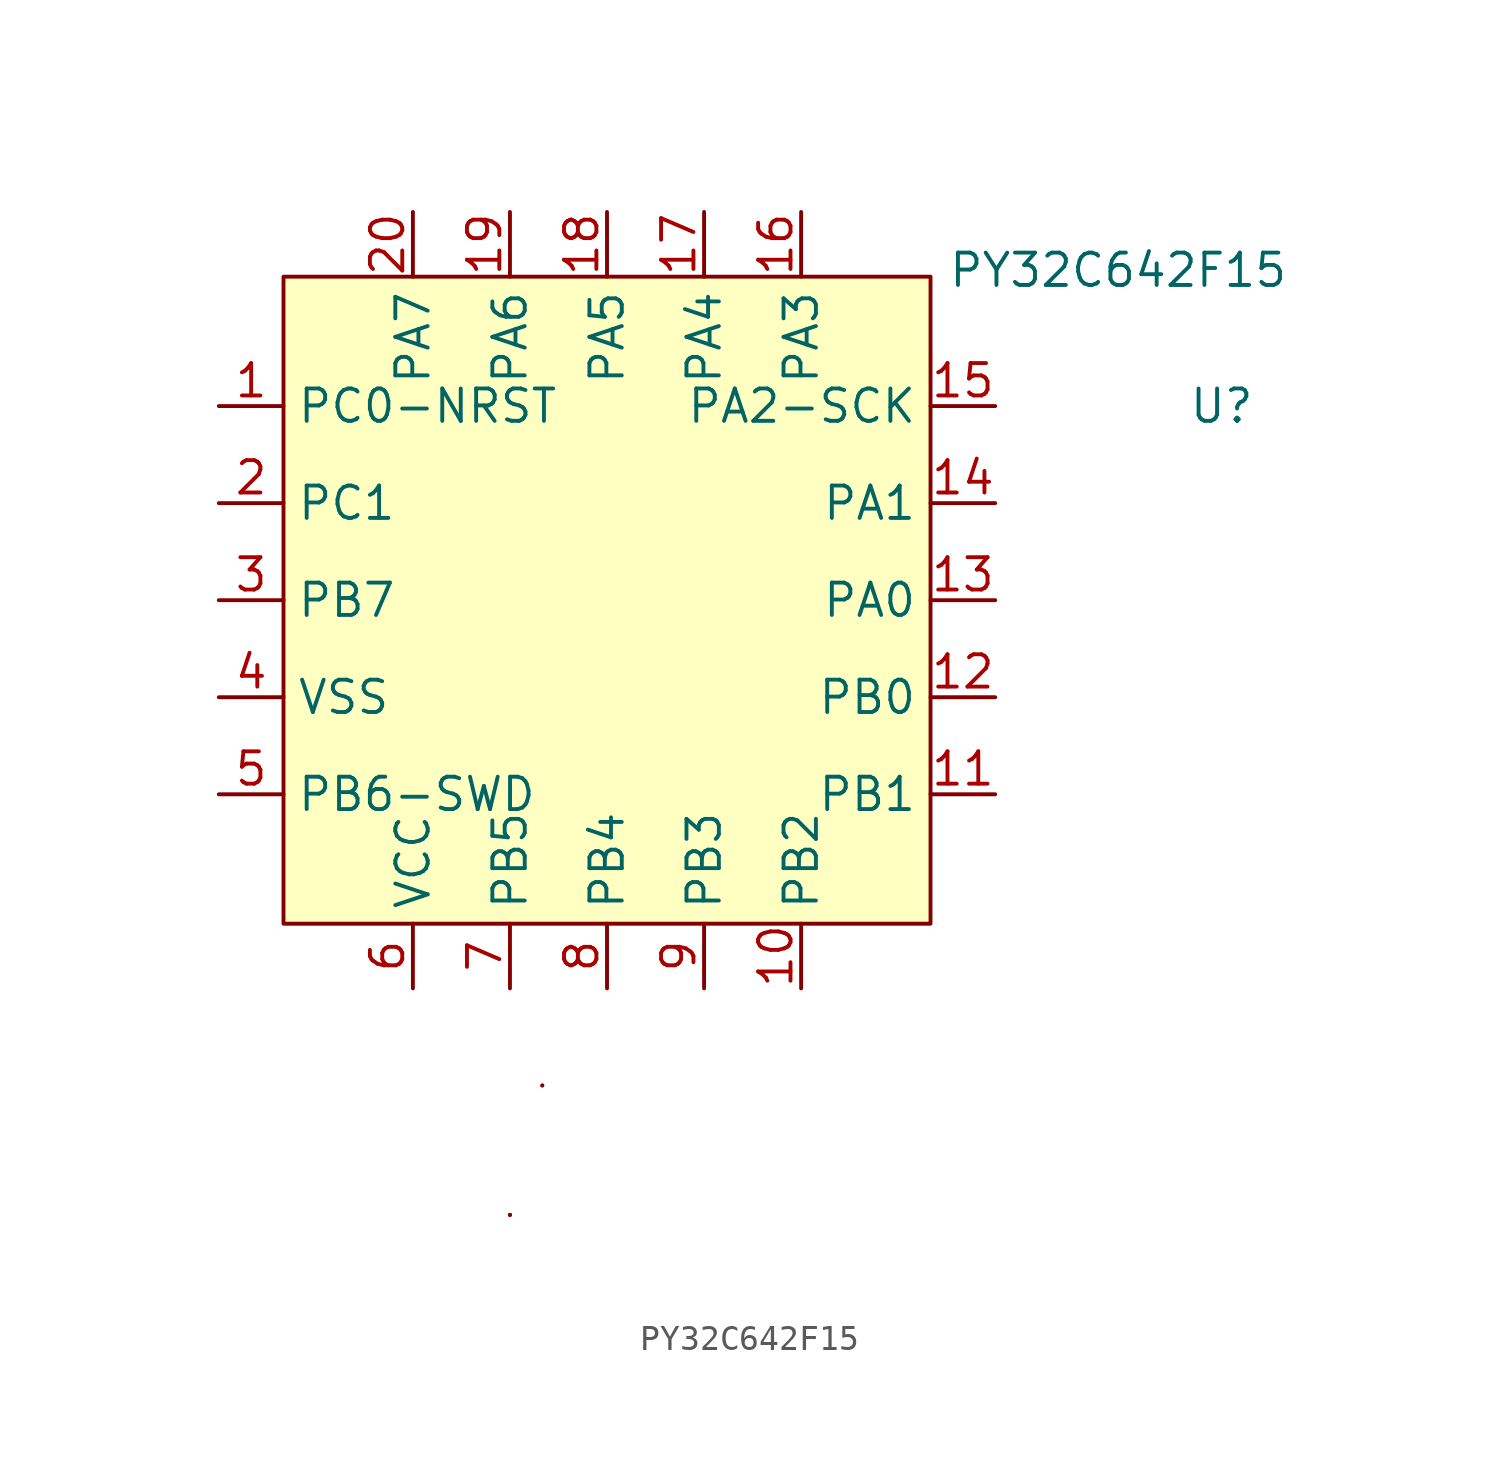
<source format=kicad_sym>
(kicad_symbol_lib
  (version 20231120)
  (generator "kicad_symbol_editor")
  (generator_version "8.0")
  (symbol "PY32C642F15"
    (property "Reference" "U"
      (at 24.13 7.62 0)
      (effects (font (size 1.27 1.27))))
    (property "Value" "PY32C642F15"
      (at 20.066 12.954 0)
      (effects (font (size 1.27 1.27))))
    (symbol "PY32C642F15_0_1"
      (rectangle (start -3.81 -24.13) (end -3.81 -24.13) (stroke (width 0) (type default)) (fill (type none)))
      (rectangle (start -3.81 -24.13) (end -3.81 -24.13) (stroke (width 0) (type default)) (fill (type none)))
      (rectangle (start -3.81 -24.13) (end -3.81 -24.13) (stroke (width 0) (type default)) (fill (type none)))
      (rectangle (start -2.54 -19.05) (end -2.54 -19.05) (stroke (width 0) (type default)) (fill (type none)))
      (rectangle (start -2.54 -19.05) (end -2.54 -19.05) (stroke (width 0) (type default)) (fill (type none))))
    (symbol "PY32C642F15_1_0"
      (pin bidirectional line (at -15.24 7.62 0) (length 2.54) (name "PC0-NRST" (effects (font (size 1.27 1.27)))) (number "1" (effects (font (size 1.27 1.27)))))
      (pin bidirectional line (at 7.62 -15.24 90) (length 2.54) (name "PB2" (effects (font (size 1.27 1.27)))) (number "10" (effects (font (size 1.27 1.27)))))
      (pin bidirectional line (at 15.24 -7.62 180) (length 2.54) (name "PB1" (effects (font (size 1.27 1.27)))) (number "11" (effects (font (size 1.27 1.27)))))
      (pin bidirectional line (at 15.24 -3.81 180) (length 2.54) (name "PB0" (effects (font (size 1.27 1.27)))) (number "12" (effects (font (size 1.27 1.27)))))
      (pin bidirectional line (at 15.24 0 180) (length 2.54) (name "PA0" (effects (font (size 1.27 1.27)))) (number "13" (effects (font (size 1.27 1.27)))))
      (pin bidirectional line (at 15.24 3.81 180) (length 2.54) (name "PA1" (effects (font (size 1.27 1.27)))) (number "14" (effects (font (size 1.27 1.27)))))
      (pin bidirectional line (at 15.24 7.62 180) (length 2.54) (name "PA2-SCK" (effects (font (size 1.27 1.27)))) (number "15" (effects (font (size 1.27 1.27)))))
      (pin bidirectional line (at 7.62 15.24 270) (length 2.54) (name "PA3" (effects (font (size 1.27 1.27)))) (number "16" (effects (font (size 1.27 1.27)))))
      (pin bidirectional line (at 3.81 15.24 270) (length 2.54) (name "PA4" (effects (font (size 1.27 1.27)))) (number "17" (effects (font (size 1.27 1.27)))))
      (pin bidirectional line (at 0 15.24 270) (length 2.54) (name "PA5" (effects (font (size 1.27 1.27)))) (number "18" (effects (font (size 1.27 1.27)))))
      (pin bidirectional line (at -3.81 15.24 270) (length 2.54) (name "PA6" (effects (font (size 1.27 1.27)))) (number "19" (effects (font (size 1.27 1.27)))))
      (pin bidirectional line (at -15.24 3.81 0) (length 2.54) (name "PC1" (effects (font (size 1.27 1.27)))) (number "2" (effects (font (size 1.27 1.27)))))
      (pin bidirectional line (at -7.62 15.24 270) (length 2.54) (name "PA7" (effects (font (size 1.27 1.27)))) (number "20" (effects (font (size 1.27 1.27)))))
      (pin bidirectional line (at -15.24 0 0) (length 2.54) (name "PB7" (effects (font (size 1.27 1.27)))) (number "3" (effects (font (size 1.27 1.27)))))
      (pin power_in line (at -15.24 -3.81 0) (length 2.54) (name "VSS" (effects (font (size 1.27 1.27)))) (number "4" (effects (font (size 1.27 1.27)))))
      (pin bidirectional line (at -15.24 -7.62 0) (length 2.54) (name "PB6-SWD" (effects (font (size 1.27 1.27)))) (number "5" (effects (font (size 1.27 1.27)))))
      (pin power_in line (at -7.62 -15.24 90) (length 2.54) (name "VCC" (effects (font (size 1.27 1.27)))) (number "6" (effects (font (size 1.27 1.27)))))
      (pin bidirectional line (at -3.81 -15.24 90) (length 2.54) (name "PB5" (effects (font (size 1.27 1.27)))) (number "7" (effects (font (size 1.27 1.27)))))
      (pin bidirectional line (at 0 -15.24 90) (length 2.54) (name "PB4" (effects (font (size 1.27 1.27)))) (number "8" (effects (font (size 1.27 1.27)))))
      (pin bidirectional line (at 3.81 -15.24 90) (length 2.54) (name "PB3" (effects (font (size 1.27 1.27)))) (number "9" (effects (font (size 1.27 1.27))))))
    (symbol "PY32C642F15_1_1"
      (rectangle (start -12.7 12.7) (end 12.7 -12.7) (stroke (width 0) (type default)) (fill (type background))))))
</source>
